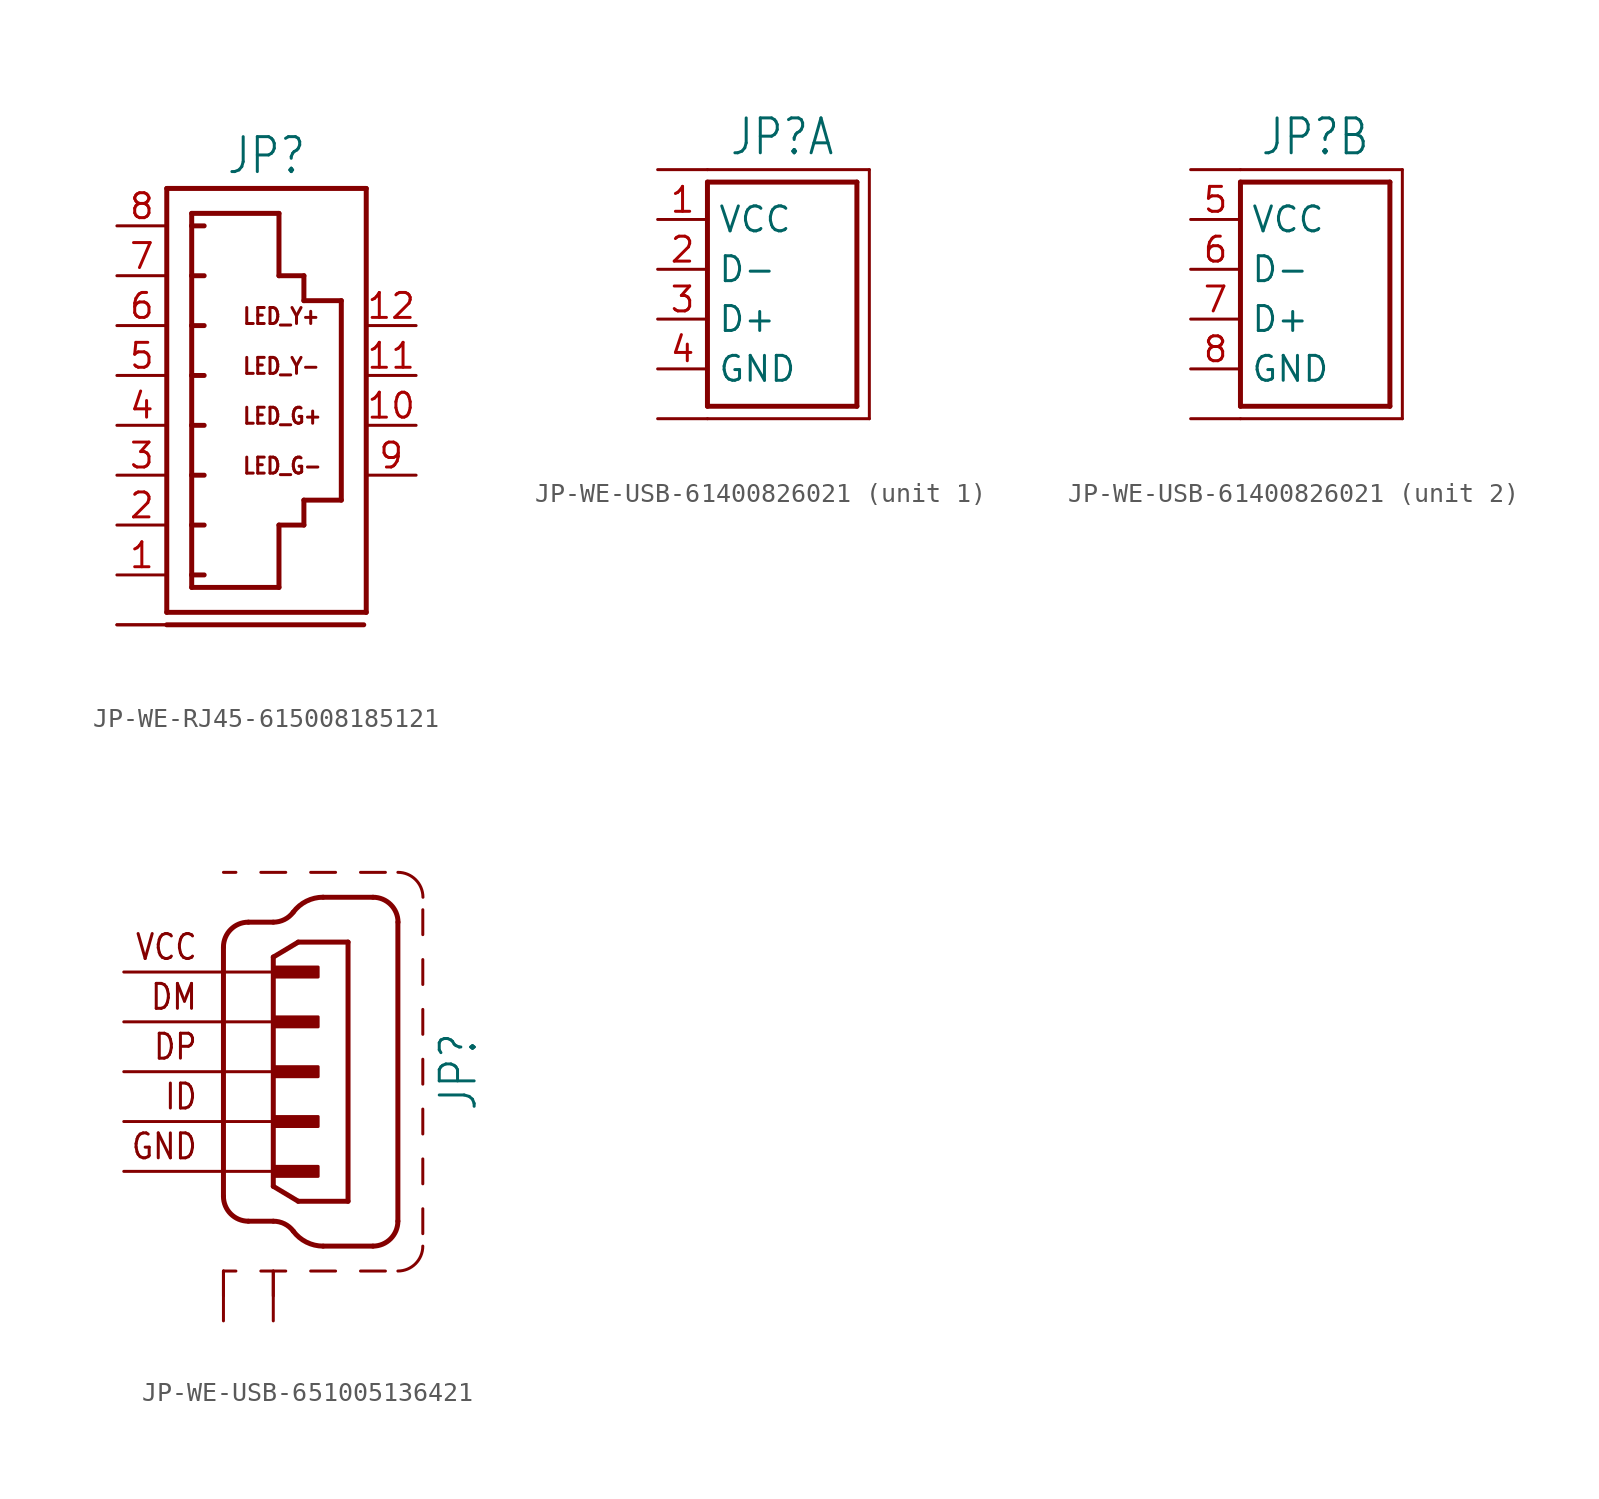
<source format=kicad_sym>
(kicad_symbol_lib
  (version 20231120)
  (generator "kicad_symbol_editor")
  (generator_version "8.0")
  (symbol "JP-WE-RJ45-615008185121"
    (property "Reference" "JP"
      (at 0 10.16 0)
      (effects (font (size 1.778 1.511)) (justify bottom)))
    (property "Value" ""
      (at 0 -13.335 0)
      (effects (font (size 1.778 1.511)) (justify top)))
    (property "ki_locked" ""
      (at 0 0 0)
      (effects (font (size 1.27 1.27))))
    (symbol "JP-WE-RJ45-615008185121_1_0"
      (polyline (pts (xy -5.08 -12.065) (xy -5.08 9.525)) (stroke (width 0.254) (type solid)) (fill (type none)))
      (polyline (pts (xy -5.08 9.525) (xy 5.08 9.525)) (stroke (width 0.254) (type solid)) (fill (type none)))
      (polyline (pts (xy -3.81 -10.795) (xy -3.81 -10.16)) (stroke (width 0.254) (type solid)) (fill (type none)))
      (polyline (pts (xy -3.81 -10.16) (xy -3.81 -7.62)) (stroke (width 0.254) (type solid)) (fill (type none)))
      (polyline (pts (xy -3.81 -10.16) (xy -3.175 -10.16)) (stroke (width 0.254) (type solid)) (fill (type none)))
      (polyline (pts (xy -3.81 -7.62) (xy -3.81 -5.08)) (stroke (width 0.254) (type solid)) (fill (type none)))
      (polyline (pts (xy -3.81 -7.62) (xy -3.175 -7.62)) (stroke (width 0.254) (type solid)) (fill (type none)))
      (polyline (pts (xy -3.81 -5.08) (xy -3.81 -2.54)) (stroke (width 0.254) (type solid)) (fill (type none)))
      (polyline (pts (xy -3.81 -5.08) (xy -3.175 -5.08)) (stroke (width 0.254) (type solid)) (fill (type none)))
      (polyline (pts (xy -3.81 -2.54) (xy -3.81 0)) (stroke (width 0.254) (type solid)) (fill (type none)))
      (polyline (pts (xy -3.81 -2.54) (xy -3.175 -2.54)) (stroke (width 0.254) (type solid)) (fill (type none)))
      (polyline (pts (xy -3.81 0) (xy -3.81 2.54)) (stroke (width 0.254) (type solid)) (fill (type none)))
      (polyline (pts (xy -3.81 0) (xy -3.175 0)) (stroke (width 0.254) (type solid)) (fill (type none)))
      (polyline (pts (xy -3.81 2.54) (xy -3.81 5.08)) (stroke (width 0.254) (type solid)) (fill (type none)))
      (polyline (pts (xy -3.81 2.54) (xy -3.175 2.54)) (stroke (width 0.254) (type solid)) (fill (type none)))
      (polyline (pts (xy -3.81 5.08) (xy -3.81 7.62)) (stroke (width 0.254) (type solid)) (fill (type none)))
      (polyline (pts (xy -3.81 5.08) (xy -3.175 5.08)) (stroke (width 0.254) (type solid)) (fill (type none)))
      (polyline (pts (xy -3.81 7.62) (xy -3.81 8.255)) (stroke (width 0.254) (type solid)) (fill (type none)))
      (polyline (pts (xy -3.81 7.62) (xy -3.175 7.62)) (stroke (width 0.254) (type solid)) (fill (type none)))
      (polyline (pts (xy -3.81 8.255) (xy 0.635 8.255)) (stroke (width 0.254) (type solid)) (fill (type none)))
      (polyline (pts (xy 0.635 -10.795) (xy -3.81 -10.795)) (stroke (width 0.254) (type solid)) (fill (type none)))
      (polyline (pts (xy 0.635 -10.795) (xy 0.635 -7.62)) (stroke (width 0.254) (type solid)) (fill (type none)))
      (polyline (pts (xy 0.635 -7.62) (xy 1.905 -7.62)) (stroke (width 0.254) (type solid)) (fill (type none)))
      (polyline (pts (xy 0.635 5.08) (xy 1.905 5.08)) (stroke (width 0.254) (type solid)) (fill (type none)))
      (polyline (pts (xy 0.635 8.255) (xy 0.635 5.08)) (stroke (width 0.254) (type solid)) (fill (type none)))
      (polyline (pts (xy 1.905 -7.62) (xy 1.905 -6.35)) (stroke (width 0.254) (type solid)) (fill (type none)))
      (polyline (pts (xy 1.905 -6.35) (xy 3.81 -6.35)) (stroke (width 0.254) (type solid)) (fill (type none)))
      (polyline (pts (xy 1.905 3.81) (xy 3.81 3.81)) (stroke (width 0.254) (type solid)) (fill (type none)))
      (polyline (pts (xy 1.905 5.08) (xy 1.905 3.81)) (stroke (width 0.254) (type solid)) (fill (type none)))
      (polyline (pts (xy 3.81 3.81) (xy 3.81 -6.35)) (stroke (width 0.254) (type solid)) (fill (type none)))
      (polyline (pts (xy 4.953 -12.7) (xy -5.08 -12.7)) (stroke (width 0.254) (type solid)) (fill (type none)))
      (polyline (pts (xy 5.08 -12.065) (xy -5.08 -12.065)) (stroke (width 0.254) (type solid)) (fill (type none)))
      (polyline (pts (xy 5.08 9.525) (xy 5.08 -12.065)) (stroke (width 0.254) (type solid)) (fill (type none)))
      (text "LED_G+" (at -1.27 -2.54 0) (effects (font (size 0.813 0.691)) (justify left bottom)))
      (text "LED_G-" (at -1.27 -5.08 0) (effects (font (size 0.813 0.691)) (justify left bottom)))
      (text "LED_Y+" (at -1.27 2.54 0) (effects (font (size 0.813 0.691)) (justify left bottom)))
      (text "LED_Y-" (at -1.27 0 0) (effects (font (size 0.813 0.691)) (justify left bottom)))
      (pin passive line (at -7.62 -10.16 0) (length 2.54) (name "1" (effects (font (size 0 0)))) (number "1" (effects (font (size 1.27 1.27)))))
      (pin passive line (at 7.62 -2.54 180) (length 2.54) (name "G+" (effects (font (size 0 0)))) (number "10" (effects (font (size 1.27 1.27)))))
      (pin passive line (at 7.62 0 180) (length 2.54) (name "Y-" (effects (font (size 0 0)))) (number "11" (effects (font (size 1.27 1.27)))))
      (pin passive line (at 7.62 2.54 180) (length 2.54) (name "Y+" (effects (font (size 0 0)))) (number "12" (effects (font (size 1.27 1.27)))))
      (pin passive line (at -7.62 -7.62 0) (length 2.54) (name "2" (effects (font (size 0 0)))) (number "2" (effects (font (size 1.27 1.27)))))
      (pin passive line (at -7.62 -5.08 0) (length 2.54) (name "3" (effects (font (size 0 0)))) (number "3" (effects (font (size 1.27 1.27)))))
      (pin passive line (at -7.62 -2.54 0) (length 2.54) (name "4" (effects (font (size 0 0)))) (number "4" (effects (font (size 1.27 1.27)))))
      (pin passive line (at -7.62 0 0) (length 2.54) (name "5" (effects (font (size 0 0)))) (number "5" (effects (font (size 1.27 1.27)))))
      (pin passive line (at -7.62 2.54 0) (length 2.54) (name "6" (effects (font (size 0 0)))) (number "6" (effects (font (size 1.27 1.27)))))
      (pin passive line (at -7.62 5.08 0) (length 2.54) (name "7" (effects (font (size 0 0)))) (number "7" (effects (font (size 1.27 1.27)))))
      (pin passive line (at -7.62 7.62 0) (length 2.54) (name "8" (effects (font (size 0 0)))) (number "8" (effects (font (size 1.27 1.27)))))
      (pin passive line (at 7.62 -5.08 180) (length 2.54) (name "G-" (effects (font (size 0 0)))) (number "9" (effects (font (size 1.27 1.27)))))
      (pin passive line (at -7.62 -12.7 0) (length 2.54) (name "SHIELD" (effects (font (size 0 0)))) (number "S1" (effects (font (size 0 0)))))
      (pin passive line (at -7.62 -12.7 0) (length 2.54) (name "SHIELD" (effects (font (size 0 0)))) (number "S2" (effects (font (size 0 0)))))))
  (symbol "JP-WE-USB-61400826021"
    (property "Reference" "JP"
      (at 6.35 5.715 0)
      (effects (font (size 1.778 1.511)) (justify bottom)))
    (property "Value" ""
      (at 6.35 -8.255 0)
      (effects (font (size 1.778 1.511)) (justify top)))
    (property "ki_locked" ""
      (at 0 0 0)
      (effects (font (size 1.27 1.27))))
    (symbol "JP-WE-USB-61400826021_1_0"
      (polyline (pts (xy 2.54 -6.985) (xy 2.54 4.445)) (stroke (width 0.254) (type solid)) (fill (type none)))
      (polyline (pts (xy 2.54 4.445) (xy 10.16 4.445)) (stroke (width 0.254) (type solid)) (fill (type none)))
      (polyline (pts (xy 2.54 5.08) (xy 10.795 5.08)) (stroke (width 0.152) (type solid)) (fill (type none)))
      (polyline (pts (xy 10.16 -6.985) (xy 2.54 -6.985)) (stroke (width 0.254) (type solid)) (fill (type none)))
      (polyline (pts (xy 10.16 4.445) (xy 10.16 -6.985)) (stroke (width 0.254) (type solid)) (fill (type none)))
      (polyline (pts (xy 10.795 -7.62) (xy 2.54 -7.62)) (stroke (width 0.152) (type solid)) (fill (type none)))
      (polyline (pts (xy 10.795 5.08) (xy 10.795 -7.62)) (stroke (width 0.152) (type solid)) (fill (type none)))
      (pin passive line (at 0 2.54 0) (length 2.54) (name "VCC" (effects (font (size 1.27 1.27)))) (number "1" (effects (font (size 1.27 1.27)))))
      (pin passive line (at 0 0 0) (length 2.54) (name "D-" (effects (font (size 1.27 1.27)))) (number "2" (effects (font (size 1.27 1.27)))))
      (pin passive line (at 0 -2.54 0) (length 2.54) (name "D+" (effects (font (size 1.27 1.27)))) (number "3" (effects (font (size 1.27 1.27)))))
      (pin passive line (at 0 -5.08 0) (length 2.54) (name "GND" (effects (font (size 1.27 1.27)))) (number "4" (effects (font (size 1.27 1.27)))))
      (pin passive line (at 0 5.08 0) (length 2.54) (name "S1" (effects (font (size 0 0)))) (number "S1" (effects (font (size 0 0)))))
      (pin passive line (at 0 -7.62 0) (length 2.54) (name "S2" (effects (font (size 0 0)))) (number "S2" (effects (font (size 0 0))))))
    (symbol "JP-WE-USB-61400826021_2_0"
      (polyline (pts (xy 2.54 -6.985) (xy 2.54 4.445)) (stroke (width 0.254) (type solid)) (fill (type none)))
      (polyline (pts (xy 2.54 4.445) (xy 10.16 4.445)) (stroke (width 0.254) (type solid)) (fill (type none)))
      (polyline (pts (xy 2.54 5.08) (xy 10.795 5.08)) (stroke (width 0.152) (type solid)) (fill (type none)))
      (polyline (pts (xy 10.16 -6.985) (xy 2.54 -6.985)) (stroke (width 0.254) (type solid)) (fill (type none)))
      (polyline (pts (xy 10.16 4.445) (xy 10.16 -6.985)) (stroke (width 0.254) (type solid)) (fill (type none)))
      (polyline (pts (xy 10.795 -7.62) (xy 2.54 -7.62)) (stroke (width 0.152) (type solid)) (fill (type none)))
      (polyline (pts (xy 10.795 5.08) (xy 10.795 -7.62)) (stroke (width 0.152) (type solid)) (fill (type none)))
      (pin passive line (at 0 2.54 0) (length 2.54) (name "VCC" (effects (font (size 1.27 1.27)))) (number "5" (effects (font (size 1.27 1.27)))))
      (pin passive line (at 0 0 0) (length 2.54) (name "D-" (effects (font (size 1.27 1.27)))) (number "6" (effects (font (size 1.27 1.27)))))
      (pin passive line (at 0 -2.54 0) (length 2.54) (name "D+" (effects (font (size 1.27 1.27)))) (number "7" (effects (font (size 1.27 1.27)))))
      (pin passive line (at 0 -5.08 0) (length 2.54) (name "GND" (effects (font (size 1.27 1.27)))) (number "8" (effects (font (size 1.27 1.27)))))
      (pin passive line (at 0 5.08 0) (length 2.54) (name "S1" (effects (font (size 0 0)))) (number "S3" (effects (font (size 0 0)))))
      (pin passive line (at 0 -7.62 0) (length 2.54) (name "S2" (effects (font (size 0 0)))) (number "S4" (effects (font (size 0 0)))))))
  (symbol "JP-WE-USB-651005136421"
    (property "Reference" "JP"
      (at 8.382 0 90)
      (effects (font (size 1.778 1.511)) (justify top)))
    (property "Value" ""
      (at 10.922 0 90)
      (effects (font (size 1.778 1.511)) (justify top)))
    (property "ki_locked" ""
      (at 0 0 0)
      (effects (font (size 1.27 1.27))))
    (symbol "JP-WE-USB-651005136421_1_0"
      (arc (start -2.54 -6.35) (mid -2.168 -7.248) (end -1.27 -7.62) (stroke (width 0.254) (type solid)) (fill (type none)))
      (arc (start -1.27 7.62) (mid -2.168 7.248) (end -2.54 6.35) (stroke (width 0.254) (type solid)) (fill (type none)))
      (rectangle (start 0 -5.334) (end 2.286 -4.826) (stroke (width 0) (type default)) (fill (type outline)))
      (rectangle (start 0 -2.794) (end 2.286 -2.286) (stroke (width 0) (type default)) (fill (type outline)))
      (rectangle (start 0 -0.254) (end 2.286 0.254) (stroke (width 0) (type default)) (fill (type outline)))
      (polyline (pts (xy -2.54 -11.43) (xy -2.54 -10.16)) (stroke (width 0.152) (type solid)) (fill (type none)))
      (polyline (pts (xy -2.54 -10.16) (xy -1.905 -10.16)) (stroke (width 0.152) (type solid)) (fill (type none)))
      (polyline (pts (xy -2.54 6.35) (xy -2.54 -6.35)) (stroke (width 0.254) (type solid)) (fill (type none)))
      (polyline (pts (xy -2.54 10.16) (xy -1.905 10.16)) (stroke (width 0.152) (type solid)) (fill (type none)))
      (polyline (pts (xy -1.27 -7.62) (xy 0 -7.62)) (stroke (width 0.254) (type solid)) (fill (type none)))
      (polyline (pts (xy -1.27 7.62) (xy 0 7.62)) (stroke (width 0.254) (type solid)) (fill (type none)))
      (polyline (pts (xy -0.635 -10.16) (xy 0.635 -10.16)) (stroke (width 0.152) (type solid)) (fill (type none)))
      (polyline (pts (xy -0.635 10.16) (xy 0.635 10.16)) (stroke (width 0.152) (type solid)) (fill (type none)))
      (polyline (pts (xy 0 -11.43) (xy 0 -10.16)) (stroke (width 0.152) (type solid)) (fill (type none)))
      (polyline (pts (xy 0 5.842) (xy 0 -5.842)) (stroke (width 0.254) (type solid)) (fill (type none)))
      (polyline (pts (xy 1.27 -6.604) (xy 0 -5.842)) (stroke (width 0.254) (type solid)) (fill (type none)))
      (polyline (pts (xy 1.27 -6.604) (xy 3.81 -6.604)) (stroke (width 0.254) (type solid)) (fill (type none)))
      (polyline (pts (xy 1.27 6.604) (xy 0 5.842)) (stroke (width 0.254) (type solid)) (fill (type none)))
      (polyline (pts (xy 1.905 -10.16) (xy 3.175 -10.16)) (stroke (width 0.152) (type solid)) (fill (type none)))
      (polyline (pts (xy 1.905 10.16) (xy 3.175 10.16)) (stroke (width 0.152) (type solid)) (fill (type none)))
      (polyline (pts (xy 2.54 -8.89) (xy 5.08 -8.89)) (stroke (width 0.254) (type solid)) (fill (type none)))
      (polyline (pts (xy 2.54 8.89) (xy 5.08 8.89)) (stroke (width 0.254) (type solid)) (fill (type none)))
      (polyline (pts (xy 3.81 -6.604) (xy 3.81 6.604)) (stroke (width 0.254) (type solid)) (fill (type none)))
      (polyline (pts (xy 3.81 6.604) (xy 1.27 6.604)) (stroke (width 0.254) (type solid)) (fill (type none)))
      (polyline (pts (xy 4.445 -10.16) (xy 5.715 -10.16)) (stroke (width 0.152) (type solid)) (fill (type none)))
      (polyline (pts (xy 4.445 10.16) (xy 5.715 10.16)) (stroke (width 0.152) (type solid)) (fill (type none)))
      (polyline (pts (xy 6.35 -7.62) (xy 6.35 7.62)) (stroke (width 0.254) (type solid)) (fill (type none)))
      (polyline (pts (xy 7.62 -8.255) (xy 7.62 -6.985)) (stroke (width 0.152) (type solid)) (fill (type none)))
      (polyline (pts (xy 7.62 -5.715) (xy 7.62 -4.445)) (stroke (width 0.152) (type solid)) (fill (type none)))
      (polyline (pts (xy 7.62 -3.175) (xy 7.62 -1.905)) (stroke (width 0.152) (type solid)) (fill (type none)))
      (polyline (pts (xy 7.62 -0.635) (xy 7.62 0.635)) (stroke (width 0.152) (type solid)) (fill (type none)))
      (polyline (pts (xy 7.62 1.905) (xy 7.62 3.175)) (stroke (width 0.152) (type solid)) (fill (type none)))
      (polyline (pts (xy 7.62 4.445) (xy 7.62 5.715)) (stroke (width 0.152) (type solid)) (fill (type none)))
      (polyline (pts (xy 7.62 6.985) (xy 7.62 8.255)) (stroke (width 0.152) (type solid)) (fill (type none)))
      (rectangle (start 0 2.286) (end 2.286 2.794) (stroke (width 0) (type default)) (fill (type outline)))
      (rectangle (start 0 4.826) (end 2.286 5.334) (stroke (width 0) (type default)) (fill (type outline)))
      (arc (start 0 7.62) (mid 0.568 7.7541) (end 1.016 8.128) (stroke (width 0.254) (type solid)) (fill (type none)))
      (arc (start 1.016 -8.128) (mid 0.568 -7.7541) (end 0 -7.62) (stroke (width 0.254) (type solid)) (fill (type none)))
      (arc (start 1.016 -8.128) (mid 1.6881 -8.6889) (end 2.5401 -8.89) (stroke (width 0.254) (type solid)) (fill (type none)))
      (arc (start 2.5401 8.89) (mid 1.6881 8.6889) (end 1.016 8.128) (stroke (width 0.254) (type solid)) (fill (type none)))
      (arc (start 5.08 -8.89) (mid 5.978 -8.518) (end 6.35 -7.62) (stroke (width 0.254) (type solid)) (fill (type none)))
      (arc (start 6.35 -10.16) (mid 7.248 -9.788) (end 7.62 -8.89) (stroke (width 0.1524) (type solid)) (fill (type none)))
      (arc (start 6.35 7.62) (mid 5.978 8.518) (end 5.08 8.89) (stroke (width 0.254) (type solid)) (fill (type none)))
      (arc (start 7.62 8.89) (mid 7.248 9.788) (end 6.35 10.16) (stroke (width 0.1524) (type solid)) (fill (type none)))
      (text "DM" (at -3.81 3.81 0) (effects (font (size 1.27 1.079)) (justify right)))
      (text "DP" (at -3.81 1.27 0) (effects (font (size 1.27 1.079)) (justify right)))
      (text "GND" (at -3.81 -3.81 0) (effects (font (size 1.27 1.079)) (justify right)))
      (text "ID" (at -3.81 -1.27 0) (effects (font (size 1.27 1.079)) (justify right)))
      (text "VCC" (at -3.81 6.35 0) (effects (font (size 1.27 1.079)) (justify right)))
      (pin passive line (at -7.62 5.08 0) (length 7.62) (name "1" (effects (font (size 0 0)))) (number "1" (effects (font (size 0 0)))))
      (pin passive line (at -7.62 2.54 0) (length 7.62) (name "2" (effects (font (size 0 0)))) (number "2" (effects (font (size 0 0)))))
      (pin passive line (at -7.62 0 0) (length 7.62) (name "3" (effects (font (size 0 0)))) (number "3" (effects (font (size 0 0)))))
      (pin passive line (at -7.62 -2.54 0) (length 7.62) (name "4" (effects (font (size 0 0)))) (number "4" (effects (font (size 0 0)))))
      (pin passive line (at -7.62 -5.08 0) (length 7.62) (name "5" (effects (font (size 0 0)))) (number "5" (effects (font (size 0 0)))))
      (pin passive line (at -2.54 -12.7 90) (length 2.54) (name "S1" (effects (font (size 0 0)))) (number "S1" (effects (font (size 0 0)))))
      (pin passive line (at 0 -12.7 90) (length 2.54) (name "S2" (effects (font (size 0 0)))) (number "S2" (effects (font (size 0 0))))))))
</source>
